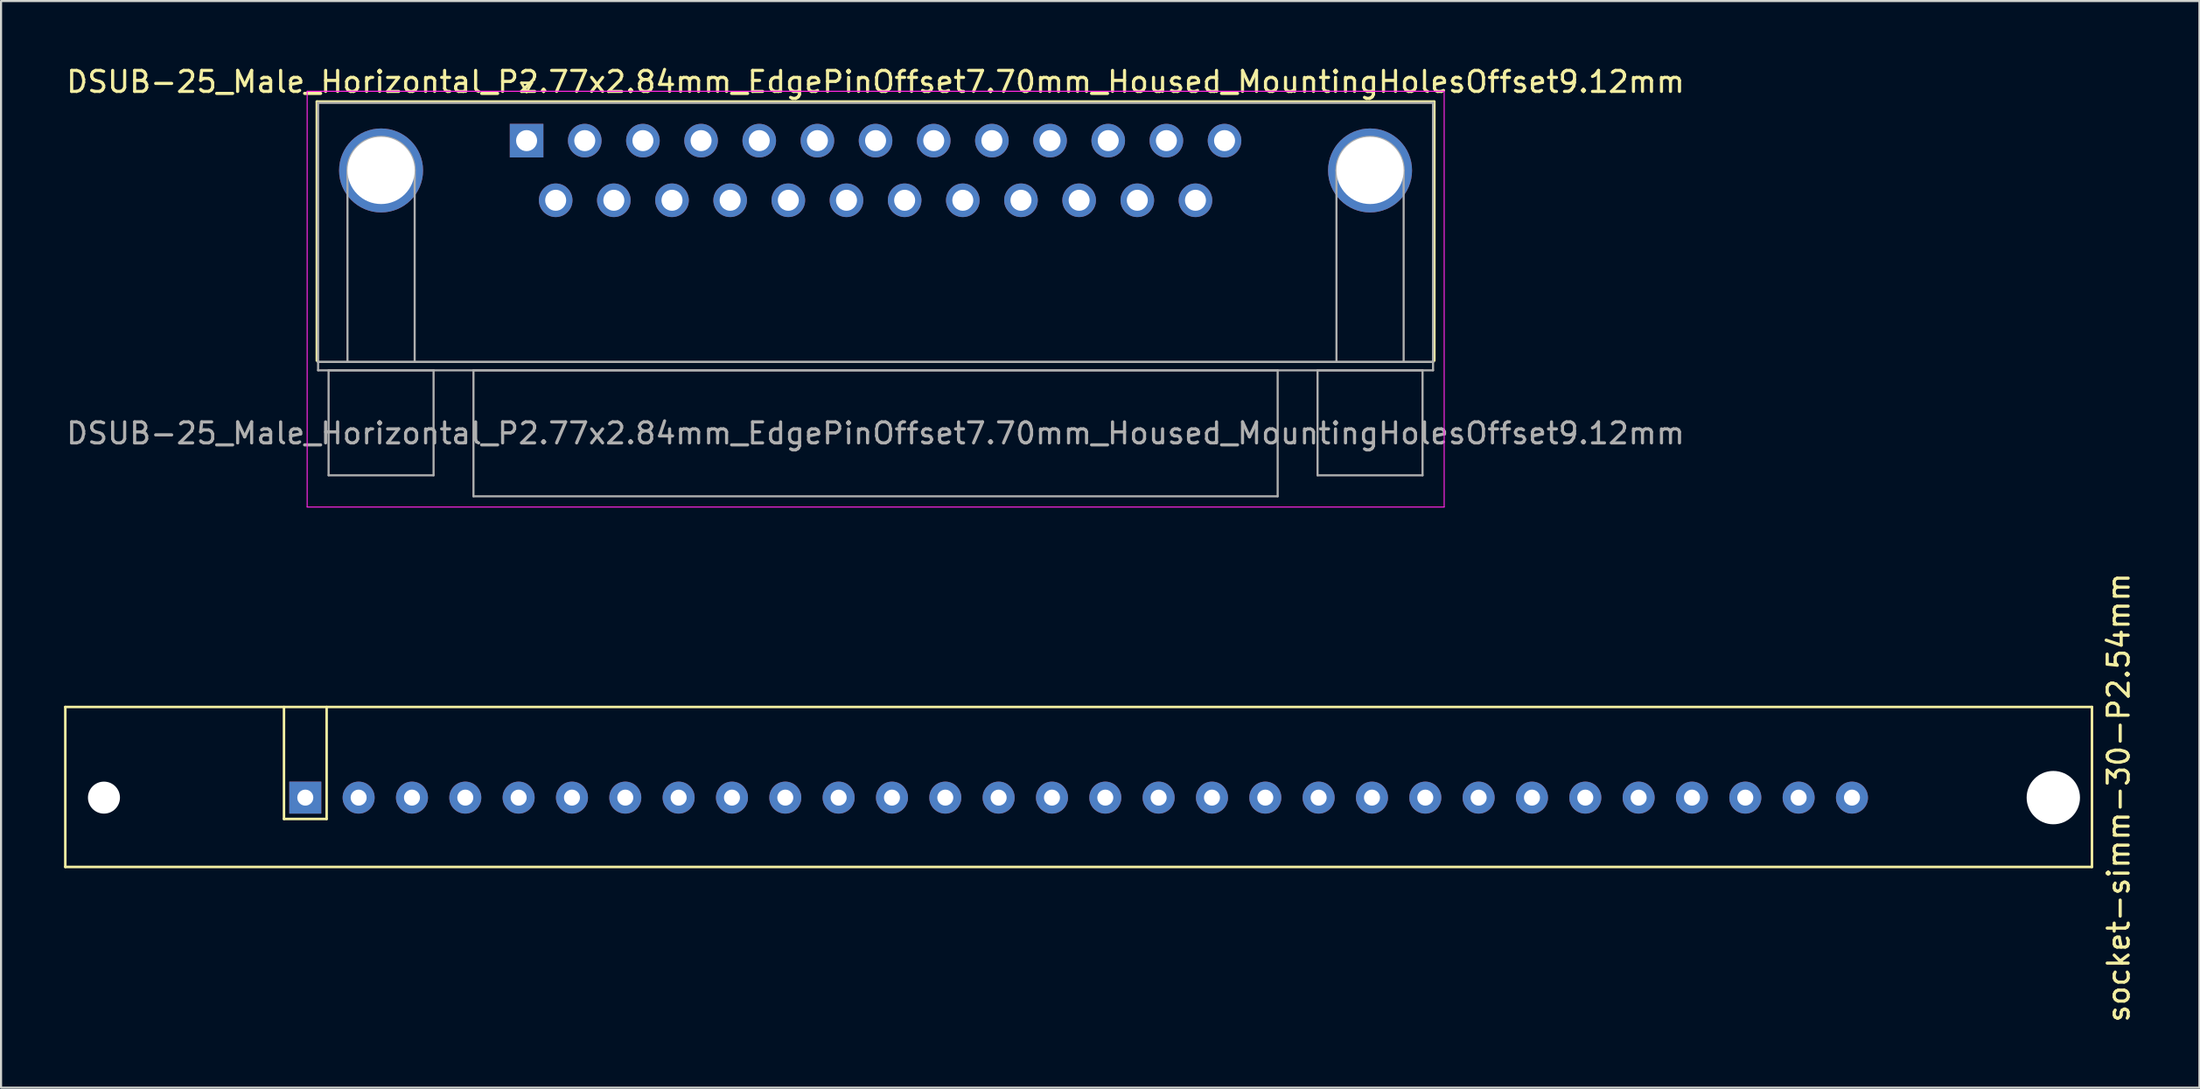
<source format=kicad_pcb>
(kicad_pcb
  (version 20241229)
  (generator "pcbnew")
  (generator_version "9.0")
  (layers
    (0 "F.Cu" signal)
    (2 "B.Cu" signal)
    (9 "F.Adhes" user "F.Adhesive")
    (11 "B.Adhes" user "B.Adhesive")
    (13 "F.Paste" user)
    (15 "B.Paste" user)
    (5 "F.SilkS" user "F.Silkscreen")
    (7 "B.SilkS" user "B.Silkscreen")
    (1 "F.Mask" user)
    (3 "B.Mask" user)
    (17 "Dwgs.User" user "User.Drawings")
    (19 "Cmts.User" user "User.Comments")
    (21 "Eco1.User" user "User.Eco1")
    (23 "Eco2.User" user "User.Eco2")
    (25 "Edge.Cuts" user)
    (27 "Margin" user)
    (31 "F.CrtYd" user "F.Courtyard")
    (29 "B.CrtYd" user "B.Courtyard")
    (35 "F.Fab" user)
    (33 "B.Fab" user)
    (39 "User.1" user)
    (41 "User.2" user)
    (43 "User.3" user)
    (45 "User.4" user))
  (footprint "socket-simm-30-P2.54mm"
    (layer "F.Cu")
    (at 48.32 34.939)
    (property "Reference" "socket-simm-30-P2.54mm" (at 49.53 0 270) (layer "F.SilkS") (effects (font (size 1 1) (thickness 0.15))))
    (attr through_hole)
    (fp_line (start -48.26 -4.318) (end 48.26 -4.318) (stroke (width 0.12) (type solid)) (layer "F.SilkS"))
    (fp_line (start -48.26 3.302) (end -48.26 -4.318) (stroke (width 0.12) (type solid)) (layer "F.SilkS"))
    (fp_line (start -37.846 -4.318) (end -37.846 1.016) (stroke (width 0.12) (type solid)) (layer "F.SilkS"))
    (fp_line (start -37.846 1.016) (end -35.814 1.016) (stroke (width 0.12) (type solid)) (layer "F.SilkS"))
    (fp_line (start -35.814 1.016) (end -35.814 -4.318) (stroke (width 0.12) (type solid)) (layer "F.SilkS"))
    (fp_line (start 48.26 -4.318) (end 48.26 3.302) (stroke (width 0.12) (type solid)) (layer "F.SilkS"))
    (fp_line (start 48.26 3.302) (end -48.26 3.302) (stroke (width 0.12) (type solid)) (layer "F.SilkS"))
    (pad "" np_thru_hole circle (at -46.419 0) (size 1.524 1.524) (drill 1.524) (layers "*.Cu" "*.Mask"))
    (pad "" np_thru_hole circle (at 46.419 0) (size 2.54 2.54) (drill 2.54) (layers "*.Cu" "*.Mask"))
    (pad "1" thru_hole rect (at -36.83 0) (size 1.524 1.524) (drill 0.762) (layers "*.Cu" "*.Mask"))
    (pad "2" thru_hole circle (at -34.29 0) (size 1.524 1.524) (drill 0.762) (layers "*.Cu" "*.Mask"))
    (pad "3" thru_hole circle (at -31.75 0) (size 1.524 1.524) (drill 0.762) (layers "*.Cu" "*.Mask"))
    (pad "4" thru_hole circle (at -29.21 0) (size 1.524 1.524) (drill 0.762) (layers "*.Cu" "*.Mask"))
    (pad "5" thru_hole circle (at -26.67 0) (size 1.524 1.524) (drill 0.762) (layers "*.Cu" "*.Mask"))
    (pad "6" thru_hole circle (at -24.13 0) (size 1.524 1.524) (drill 0.762) (layers "*.Cu" "*.Mask"))
    (pad "7" thru_hole circle (at -21.59 0) (size 1.524 1.524) (drill 0.762) (layers "*.Cu" "*.Mask"))
    (pad "8" thru_hole circle (at -19.05 0) (size 1.524 1.524) (drill 0.762) (layers "*.Cu" "*.Mask"))
    (pad "9" thru_hole circle (at -16.51 0) (size 1.524 1.524) (drill 0.762) (layers "*.Cu" "*.Mask"))
    (pad "10" thru_hole circle (at -13.97 0) (size 1.524 1.524) (drill 0.762) (layers "*.Cu" "*.Mask"))
    (pad "11" thru_hole circle (at -11.43 0) (size 1.524 1.524) (drill 0.762) (layers "*.Cu" "*.Mask"))
    (pad "12" thru_hole circle (at -8.89 0) (size 1.524 1.524) (drill 0.762) (layers "*.Cu" "*.Mask"))
    (pad "13" thru_hole circle (at -6.35 0) (size 1.524 1.524) (drill 0.762) (layers "*.Cu" "*.Mask"))
    (pad "14" thru_hole circle (at -3.81 0) (size 1.524 1.524) (drill 0.762) (layers "*.Cu" "*.Mask"))
    (pad "15" thru_hole circle (at -1.27 0) (size 1.524 1.524) (drill 0.762) (layers "*.Cu" "*.Mask"))
    (pad "16" thru_hole circle (at 1.27 0) (size 1.524 1.524) (drill 0.762) (layers "*.Cu" "*.Mask"))
    (pad "17" thru_hole circle (at 3.81 0) (size 1.524 1.524) (drill 0.762) (layers "*.Cu" "*.Mask"))
    (pad "18" thru_hole circle (at 6.35 0) (size 1.524 1.524) (drill 0.762) (layers "*.Cu" "*.Mask"))
    (pad "19" thru_hole circle (at 8.89 0) (size 1.524 1.524) (drill 0.762) (layers "*.Cu" "*.Mask"))
    (pad "20" thru_hole circle (at 11.43 0) (size 1.524 1.524) (drill 0.762) (layers "*.Cu" "*.Mask"))
    (pad "21" thru_hole circle (at 13.97 0) (size 1.524 1.524) (drill 0.762) (layers "*.Cu" "*.Mask"))
    (pad "22" thru_hole circle (at 16.51 0) (size 1.524 1.524) (drill 0.762) (layers "*.Cu" "*.Mask"))
    (pad "23" thru_hole circle (at 19.05 0) (size 1.524 1.524) (drill 0.762) (layers "*.Cu" "*.Mask"))
    (pad "24" thru_hole circle (at 21.59 0) (size 1.524 1.524) (drill 0.762) (layers "*.Cu" "*.Mask"))
    (pad "25" thru_hole circle (at 24.13 0) (size 1.524 1.524) (drill 0.762) (layers "*.Cu" "*.Mask"))
    (pad "26" thru_hole circle (at 26.67 0) (size 1.524 1.524) (drill 0.762) (layers "*.Cu" "*.Mask"))
    (pad "27" thru_hole circle (at 29.21 0) (size 1.524 1.524) (drill 0.762) (layers "*.Cu" "*.Mask"))
    (pad "28" thru_hole circle (at 31.75 0) (size 1.524 1.524) (drill 0.762) (layers "*.Cu" "*.Mask"))
    (pad "29" thru_hole circle (at 34.29 0) (size 1.524 1.524) (drill 0.762) (layers "*.Cu" "*.Mask"))
    (pad "30" thru_hole circle (at 36.83 0) (size 1.524 1.524) (drill 0.762) (layers "*.Cu" "*.Mask")))
  (footprint "DSUB-25_Male_Horizontal_P2.77x2.84mm_EdgePinOffset7.70mm_Housed_MountingHolesOffset9.12mm"
    (layer "F.Cu")
    (at 22.029 3.648)
    (property "Reference" "DSUB-25_Male_Horizontal_P2.77x2.84mm_EdgePinOffset7.70mm_Housed_MountingHolesOffset9.12mm" (at 16.62 -2.8 0) (layer "F.SilkS") (effects (font (size 1 1) (thickness 0.15))))
    (attr through_hole)
    (fp_line (start -9.99 -1.86) (end 43.23 -1.86) (stroke (width 0.12) (type solid)) (layer "F.SilkS"))
    (fp_line (start -9.99 10.48) (end -9.99 -1.86) (stroke (width 0.12) (type solid)) (layer "F.SilkS"))
    (fp_line (start -0.25 -2.754) (end 0.25 -2.754) (stroke (width 0.12) (type solid)) (layer "F.SilkS"))
    (fp_line (start 0 -2.321) (end -0.25 -2.754) (stroke (width 0.12) (type solid)) (layer "F.SilkS"))
    (fp_line (start 0.25 -2.754) (end 0 -2.321) (stroke (width 0.12) (type solid)) (layer "F.SilkS"))
    (fp_line (start 43.23 -1.86) (end 43.23 10.48) (stroke (width 0.12) (type solid)) (layer "F.SilkS"))
    (fp_line (start -10.45 -2.35) (end -10.45 17.45) (stroke (width 0.05) (type solid)) (layer "F.CrtYd"))
    (fp_line (start -10.45 17.45) (end 43.7 17.45) (stroke (width 0.05) (type solid)) (layer "F.CrtYd"))
    (fp_line (start 43.7 -2.35) (end -10.45 -2.35) (stroke (width 0.05) (type solid)) (layer "F.CrtYd"))
    (fp_line (start 43.7 17.45) (end 43.7 -2.35) (stroke (width 0.05) (type solid)) (layer "F.CrtYd"))
    (fp_line (start -9.93 -1.8) (end -9.93 10.54) (stroke (width 0.1) (type solid)) (layer "F.Fab"))
    (fp_line (start -9.93 10.54) (end -9.93 10.94) (stroke (width 0.1) (type solid)) (layer "F.Fab"))
    (fp_line (start -9.93 10.54) (end 43.17 10.54) (stroke (width 0.1) (type solid)) (layer "F.Fab"))
    (fp_line (start -9.93 10.94) (end 43.17 10.94) (stroke (width 0.1) (type solid)) (layer "F.Fab"))
    (fp_line (start -9.43 10.94) (end -9.43 15.94) (stroke (width 0.1) (type solid)) (layer "F.Fab"))
    (fp_line (start -9.43 15.94) (end -4.43 15.94) (stroke (width 0.1) (type solid)) (layer "F.Fab"))
    (fp_line (start -8.53 10.54) (end -8.53 1.42) (stroke (width 0.1) (type solid)) (layer "F.Fab"))
    (fp_line (start -5.33 10.54) (end -5.33 1.42) (stroke (width 0.1) (type solid)) (layer "F.Fab"))
    (fp_line (start -4.43 10.94) (end -9.43 10.94) (stroke (width 0.1) (type solid)) (layer "F.Fab"))
    (fp_line (start -4.43 15.94) (end -4.43 10.94) (stroke (width 0.1) (type solid)) (layer "F.Fab"))
    (fp_line (start -2.53 10.94) (end -2.53 16.94) (stroke (width 0.1) (type solid)) (layer "F.Fab"))
    (fp_line (start -2.53 16.94) (end 35.77 16.94) (stroke (width 0.1) (type solid)) (layer "F.Fab"))
    (fp_line (start 35.77 10.94) (end -2.53 10.94) (stroke (width 0.1) (type solid)) (layer "F.Fab"))
    (fp_line (start 35.77 16.94) (end 35.77 10.94) (stroke (width 0.1) (type solid)) (layer "F.Fab"))
    (fp_line (start 37.67 10.94) (end 37.67 15.94) (stroke (width 0.1) (type solid)) (layer "F.Fab"))
    (fp_line (start 37.67 15.94) (end 42.67 15.94) (stroke (width 0.1) (type solid)) (layer "F.Fab"))
    (fp_line (start 38.57 10.54) (end 38.57 1.42) (stroke (width 0.1) (type solid)) (layer "F.Fab"))
    (fp_line (start 41.77 10.54) (end 41.77 1.42) (stroke (width 0.1) (type solid)) (layer "F.Fab"))
    (fp_line (start 42.67 10.94) (end 37.67 10.94) (stroke (width 0.1) (type solid)) (layer "F.Fab"))
    (fp_line (start 42.67 15.94) (end 42.67 10.94) (stroke (width 0.1) (type solid)) (layer "F.Fab"))
    (fp_line (start 43.17 -1.8) (end -9.93 -1.8) (stroke (width 0.1) (type solid)) (layer "F.Fab"))
    (fp_line (start 43.17 10.54) (end -9.93 10.54) (stroke (width 0.1) (type solid)) (layer "F.Fab"))
    (fp_line (start 43.17 10.54) (end 43.17 -1.8) (stroke (width 0.1) (type solid)) (layer "F.Fab"))
    (fp_line (start 43.17 10.94) (end 43.17 10.54) (stroke (width 0.1) (type solid)) (layer "F.Fab"))
    (fp_arc (start -8.53 1.42) (mid -6.93 -0.18) (end -5.33 1.42) (stroke (width 0.1) (type solid)) (layer "F.Fab"))
    (fp_arc (start 38.57 1.42) (mid 40.17 -0.18) (end 41.77 1.42) (stroke (width 0.1) (type solid)) (layer "F.Fab"))
    (fp_text user "${REFERENCE}" (at 16.62 13.94 0) (layer "F.Fab") (effects (font (size 1 1) (thickness 0.15))))
    (pad "1" thru_hole rect (at 0 0) (size 1.6 1.6) (drill 1) (layers "*.Cu" "*.Mask"))
    (pad "2" thru_hole circle (at 2.77 0) (size 1.6 1.6) (drill 1) (layers "*.Cu" "*.Mask"))
    (pad "3" thru_hole circle (at 5.54 0) (size 1.6 1.6) (drill 1) (layers "*.Cu" "*.Mask"))
    (pad "4" thru_hole circle (at 8.31 0) (size 1.6 1.6) (drill 1) (layers "*.Cu" "*.Mask"))
    (pad "5" thru_hole circle (at 11.08 0) (size 1.6 1.6) (drill 1) (layers "*.Cu" "*.Mask"))
    (pad "6" thru_hole circle (at 13.85 0) (size 1.6 1.6) (drill 1) (layers "*.Cu" "*.Mask"))
    (pad "7" thru_hole circle (at 16.62 0) (size 1.6 1.6) (drill 1) (layers "*.Cu" "*.Mask"))
    (pad "8" thru_hole circle (at 19.39 0) (size 1.6 1.6) (drill 1) (layers "*.Cu" "*.Mask"))
    (pad "9" thru_hole circle (at 22.16 0) (size 1.6 1.6) (drill 1) (layers "*.Cu" "*.Mask"))
    (pad "10" thru_hole circle (at 24.93 0) (size 1.6 1.6) (drill 1) (layers "*.Cu" "*.Mask"))
    (pad "11" thru_hole circle (at 27.7 0) (size 1.6 1.6) (drill 1) (layers "*.Cu" "*.Mask"))
    (pad "12" thru_hole circle (at 30.47 0) (size 1.6 1.6) (drill 1) (layers "*.Cu" "*.Mask"))
    (pad "13" thru_hole circle (at 33.24 0) (size 1.6 1.6) (drill 1) (layers "*.Cu" "*.Mask"))
    (pad "14" thru_hole circle (at 1.385 2.84) (size 1.6 1.6) (drill 1) (layers "*.Cu" "*.Mask"))
    (pad "15" thru_hole circle (at 4.155 2.84) (size 1.6 1.6) (drill 1) (layers "*.Cu" "*.Mask"))
    (pad "16" thru_hole circle (at 6.925 2.84) (size 1.6 1.6) (drill 1) (layers "*.Cu" "*.Mask"))
    (pad "17" thru_hole circle (at 9.695 2.84) (size 1.6 1.6) (drill 1) (layers "*.Cu" "*.Mask"))
    (pad "18" thru_hole circle (at 12.465 2.84) (size 1.6 1.6) (drill 1) (layers "*.Cu" "*.Mask"))
    (pad "19" thru_hole circle (at 15.235 2.84) (size 1.6 1.6) (drill 1) (layers "*.Cu" "*.Mask"))
    (pad "20" thru_hole circle (at 18.005 2.84) (size 1.6 1.6) (drill 1) (layers "*.Cu" "*.Mask"))
    (pad "21" thru_hole circle (at 20.775 2.84) (size 1.6 1.6) (drill 1) (layers "*.Cu" "*.Mask"))
    (pad "22" thru_hole circle (at 23.545 2.84) (size 1.6 1.6) (drill 1) (layers "*.Cu" "*.Mask"))
    (pad "23" thru_hole circle (at 26.315 2.84) (size 1.6 1.6) (drill 1) (layers "*.Cu" "*.Mask"))
    (pad "24" thru_hole circle (at 29.085 2.84) (size 1.6 1.6) (drill 1) (layers "*.Cu" "*.Mask"))
    (pad "25" thru_hole circle (at 31.855 2.84) (size 1.6 1.6) (drill 1) (layers "*.Cu" "*.Mask"))
    (pad "SH" thru_hole circle (at -6.93 1.42) (size 4 4) (drill 3.2) (layers "*.Cu" "*.Mask"))
    (pad "SH" thru_hole circle (at 40.17 1.42) (size 4 4) (drill 3.2) (layers "*.Cu" "*.Mask")))
  (gr_rect
    (start -3 -3)
    (end 101.698 48.754)
    (stroke (width 0.1) (type default))
    (fill no)
    (layer "Edge.Cuts")))
</source>
